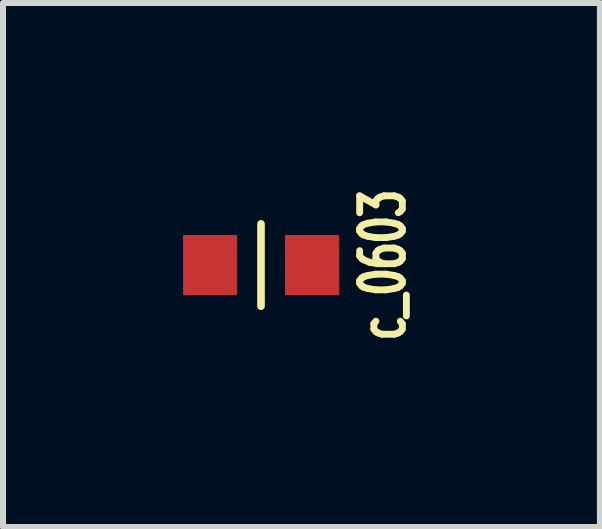
<source format=kicad_pcb>
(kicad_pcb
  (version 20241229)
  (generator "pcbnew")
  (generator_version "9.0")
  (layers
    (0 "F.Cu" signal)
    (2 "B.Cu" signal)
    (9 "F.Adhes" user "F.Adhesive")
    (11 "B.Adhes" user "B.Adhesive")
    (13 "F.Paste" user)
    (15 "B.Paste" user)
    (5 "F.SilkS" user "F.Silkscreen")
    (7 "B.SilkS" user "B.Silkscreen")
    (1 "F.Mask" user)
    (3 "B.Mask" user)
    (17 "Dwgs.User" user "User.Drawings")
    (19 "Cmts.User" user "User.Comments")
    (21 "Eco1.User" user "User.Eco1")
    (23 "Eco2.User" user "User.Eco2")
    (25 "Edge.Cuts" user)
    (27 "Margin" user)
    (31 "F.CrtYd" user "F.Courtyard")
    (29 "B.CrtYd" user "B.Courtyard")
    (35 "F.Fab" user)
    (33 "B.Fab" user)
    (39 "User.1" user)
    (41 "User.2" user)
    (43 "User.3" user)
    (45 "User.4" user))
  (footprint "c_0603"
    (layer "F.Cu")
    (at 1.3 1.367)
    (property "Reference" "c_0603" (at 2.032 0 270) (layer "F.SilkS") (effects (font (size 0.711 0.457) (thickness 0.114))))
    (attr through_hole)
    (fp_line (start 0 -0.686) (end 0 0.686) (stroke (width 0.127) (type solid)) (layer "F.SilkS"))
    (pad "1" smd rect (at 0.85 0) (size 0.899 1.001) (layers "F.Cu" "F.Mask" "F.Paste"))
    (pad "2" smd rect (at -0.85 0) (size 0.899 1.001) (layers "F.Cu" "F.Mask" "F.Paste")))
  (gr_rect
    (start -3 -3)
    (end 6.948 5.733)
    (stroke (width 0.1) (type default))
    (fill no)
    (layer "Edge.Cuts")))
</source>
